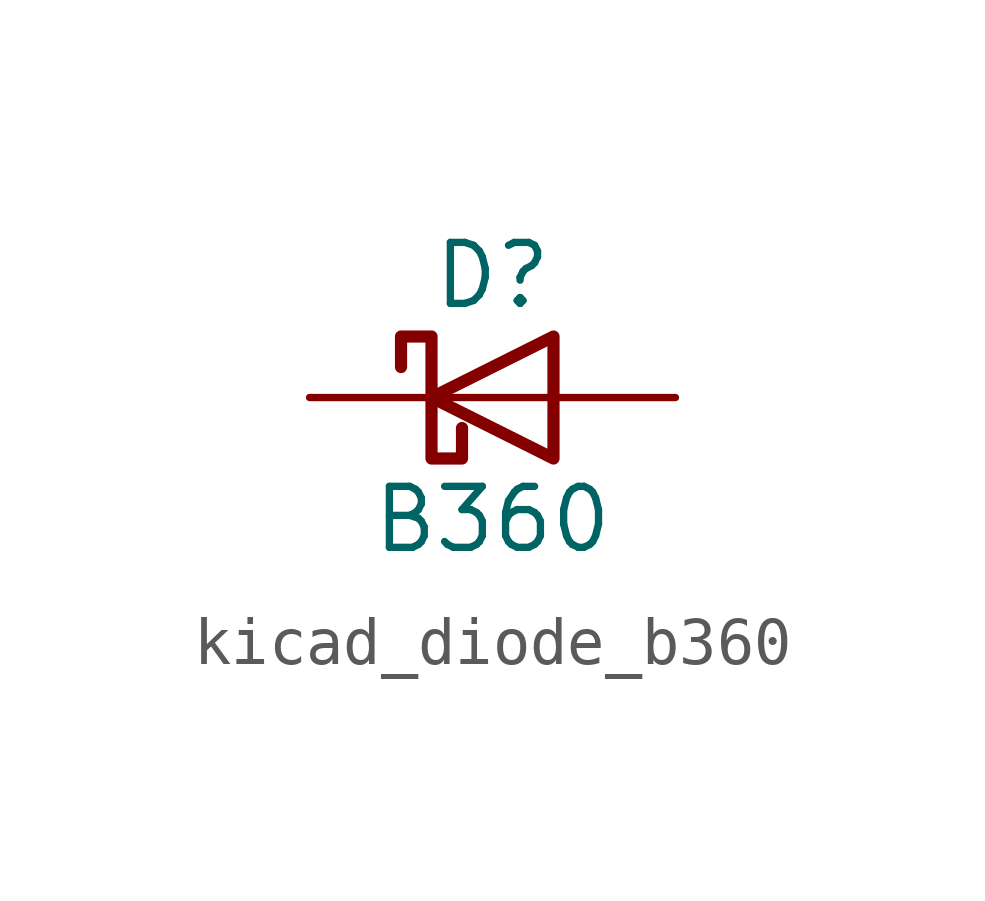
<source format=kicad_sym>
(kicad_symbol_lib
  (version 20220914)
  (generator kicad_symbol_editor)
  (symbol "kicad_diode_b360"
    (pin_numbers hide)
    (pin_names
      (offset 1.016) hide)
    (property "Reference" "D"
      (at 0 2.54 0)
      (effects (font (size 1.27 1.27))))
    (property "Value" "B360"
      (at 0 -2.54 0)
      (effects (font (size 1.27 1.27))))
    (symbol "kicad_diode_b360_0_1"
      (polyline (pts (xy 1.27 0) (xy -1.27 0)) (stroke (width 0) (type default)) (fill (type none)))
      (polyline (pts (xy 1.27 1.27) (xy 1.27 -1.27) (xy -1.27 0) (xy 1.27 1.27)) (stroke (width 0.254) (type default)) (fill (type none)))
      (polyline (pts (xy -1.905 0.635) (xy -1.905 1.27) (xy -1.27 1.27) (xy -1.27 -1.27) (xy -0.635 -1.27) (xy -0.635 -0.635)) (stroke (width 0.254) (type default)) (fill (type none))))
    (symbol "kicad_diode_b360_1_1"
      (pin passive line (at -3.81 0 0) (length 2.54) (name "K" (effects (font (size 1.27 1.27)))) (number "1" (effects (font (size 1.27 1.27)))))
      (pin passive line (at 3.81 0 180) (length 2.54) (name "A" (effects (font (size 1.27 1.27)))) (number "2" (effects (font (size 1.27 1.27))))))))
</source>
